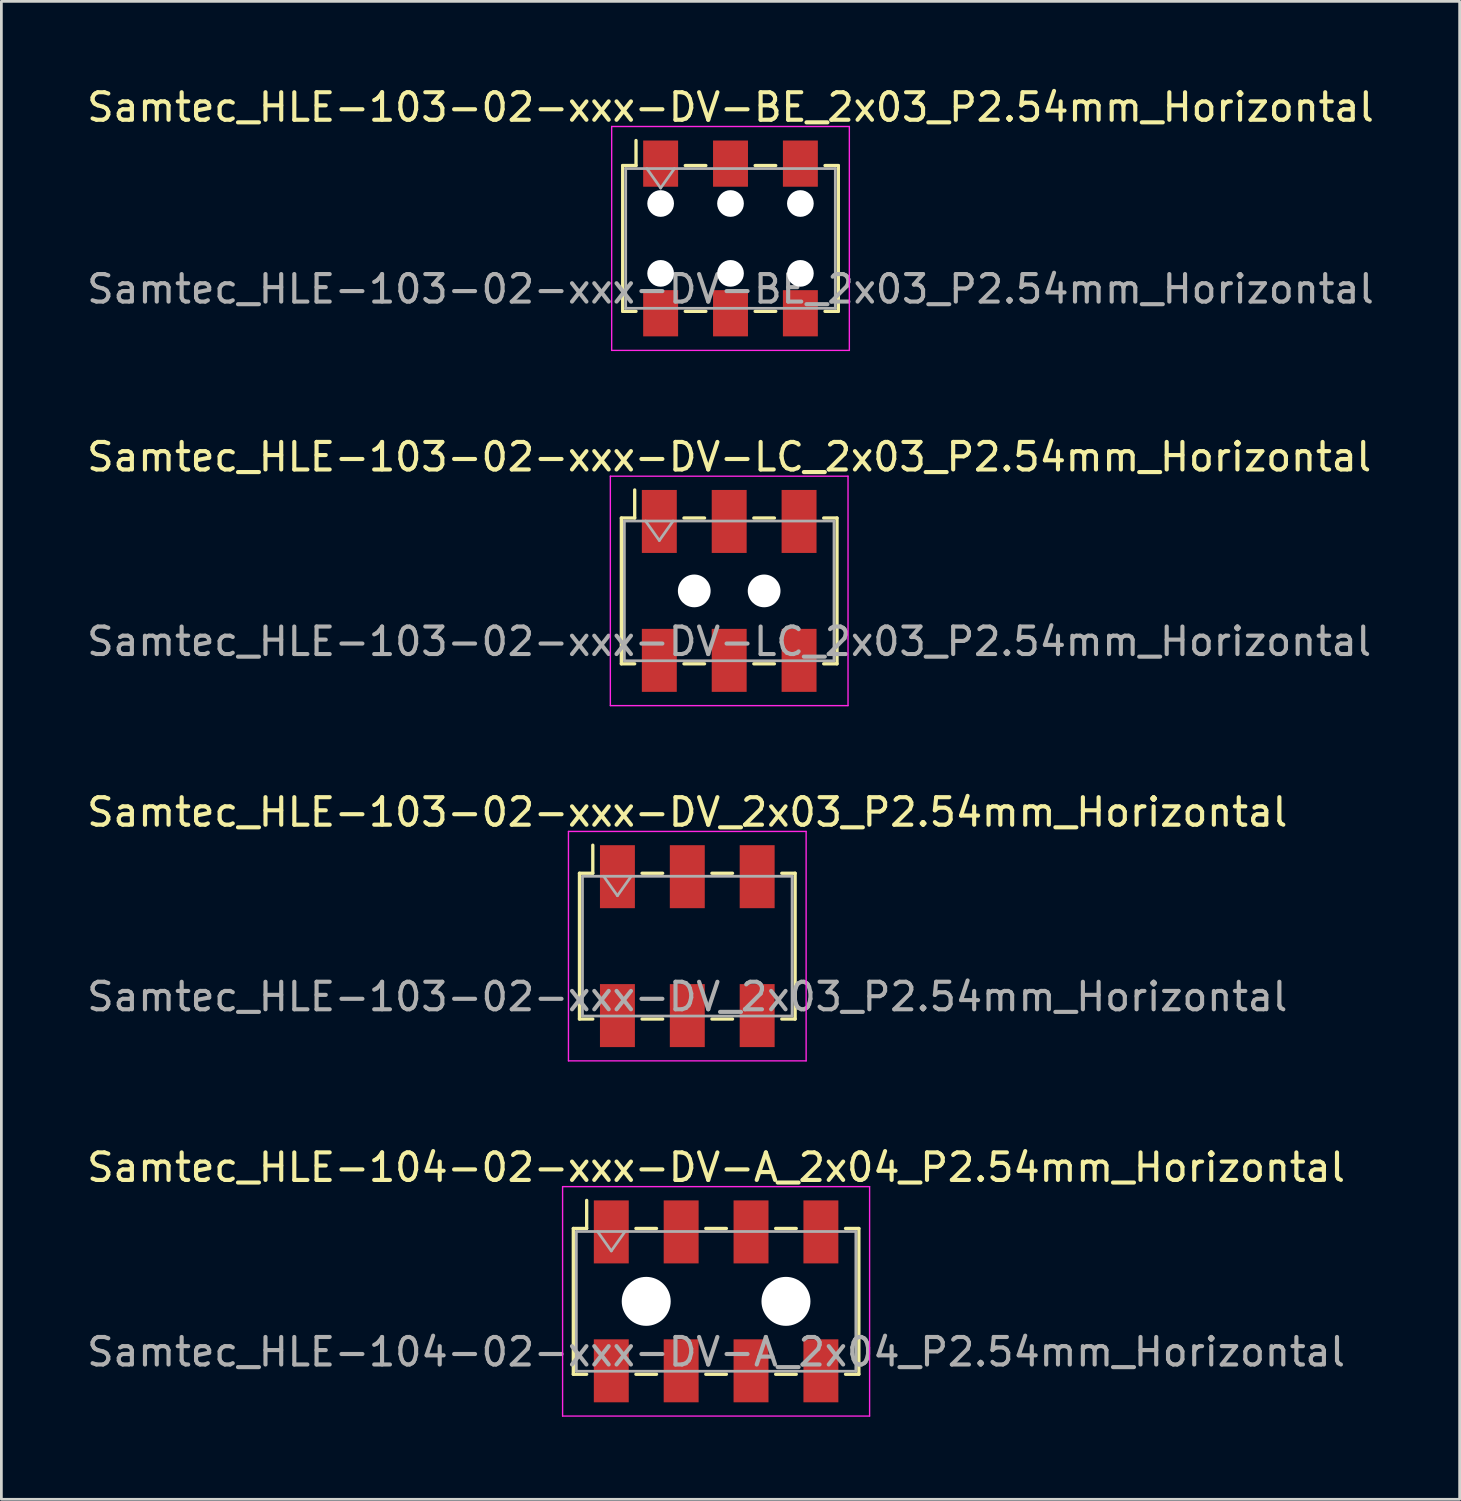
<source format=kicad_pcb>
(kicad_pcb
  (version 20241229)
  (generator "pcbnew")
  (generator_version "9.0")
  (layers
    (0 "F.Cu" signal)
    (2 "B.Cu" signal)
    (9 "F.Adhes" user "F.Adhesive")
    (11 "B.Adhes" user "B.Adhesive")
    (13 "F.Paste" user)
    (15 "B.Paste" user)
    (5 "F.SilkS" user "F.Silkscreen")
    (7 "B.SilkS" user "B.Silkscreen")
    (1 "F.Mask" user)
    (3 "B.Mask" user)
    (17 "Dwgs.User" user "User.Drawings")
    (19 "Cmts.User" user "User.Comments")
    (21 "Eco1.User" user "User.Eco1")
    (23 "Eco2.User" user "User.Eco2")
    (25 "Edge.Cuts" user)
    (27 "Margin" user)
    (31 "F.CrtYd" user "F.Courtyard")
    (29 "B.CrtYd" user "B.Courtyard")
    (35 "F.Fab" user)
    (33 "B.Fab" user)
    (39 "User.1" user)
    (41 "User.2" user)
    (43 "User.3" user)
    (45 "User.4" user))
  (footprint "Samtec_HLE-103-02-xxx-DV-LC_2x03_P2.54mm_Horizontal"
    (layer "F.Cu")
    (at 23.458 18.431)
    (property "Reference" "Samtec_HLE-103-02-xxx-DV-LC_2x03_P2.54mm_Horizontal" (at 0 -4.87 0) (layer "F.SilkS") (effects (font (size 1 1) (thickness 0.15))))
    (attr smd)
    (fp_line (start -3.92 -2.65) (end -3.92 2.65) (stroke (width 0.12) (type solid)) (layer "F.SilkS"))
    (fp_line (start -3.92 2.65) (end -3.435 2.65) (stroke (width 0.12) (type solid)) (layer "F.SilkS"))
    (fp_line (start -3.435 -3.67) (end -3.435 -2.65) (stroke (width 0.12) (type solid)) (layer "F.SilkS"))
    (fp_line (start -3.435 -2.65) (end -3.92 -2.65) (stroke (width 0.12) (type solid)) (layer "F.SilkS"))
    (fp_line (start -1.645 -2.65) (end -0.895 -2.65) (stroke (width 0.12) (type solid)) (layer "F.SilkS"))
    (fp_line (start -1.645 2.65) (end -0.895 2.65) (stroke (width 0.12) (type solid)) (layer "F.SilkS"))
    (fp_line (start 0.895 -2.65) (end 1.645 -2.65) (stroke (width 0.12) (type solid)) (layer "F.SilkS"))
    (fp_line (start 0.895 2.65) (end 1.645 2.65) (stroke (width 0.12) (type solid)) (layer "F.SilkS"))
    (fp_line (start 3.435 -2.65) (end 3.92 -2.65) (stroke (width 0.12) (type solid)) (layer "F.SilkS"))
    (fp_line (start 3.92 -2.65) (end 3.92 2.65) (stroke (width 0.12) (type solid)) (layer "F.SilkS"))
    (fp_line (start 3.92 2.65) (end 3.435 2.65) (stroke (width 0.12) (type solid)) (layer "F.SilkS"))
    (fp_line (start -4.32 -4.17) (end 4.32 -4.17) (stroke (width 0.05) (type solid)) (layer "F.CrtYd"))
    (fp_line (start -4.32 4.17) (end -4.32 -4.17) (stroke (width 0.05) (type solid)) (layer "F.CrtYd"))
    (fp_line (start 4.32 -4.17) (end 4.32 4.17) (stroke (width 0.05) (type solid)) (layer "F.CrtYd"))
    (fp_line (start 4.32 4.17) (end -4.32 4.17) (stroke (width 0.05) (type solid)) (layer "F.CrtYd"))
    (fp_line (start -3.81 -2.54) (end 3.81 -2.54) (stroke (width 0.1) (type solid)) (layer "F.Fab"))
    (fp_line (start -3.81 2.54) (end -3.81 -2.54) (stroke (width 0.1) (type solid)) (layer "F.Fab"))
    (fp_line (start -3.04 -2.54) (end -2.54 -1.833) (stroke (width 0.1) (type solid)) (layer "F.Fab"))
    (fp_line (start -2.54 -1.833) (end -2.04 -2.54) (stroke (width 0.1) (type solid)) (layer "F.Fab"))
    (fp_line (start 3.81 -2.54) (end 3.81 2.54) (stroke (width 0.1) (type solid)) (layer "F.Fab"))
    (fp_line (start 3.81 2.54) (end -3.81 2.54) (stroke (width 0.1) (type solid)) (layer "F.Fab"))
    (fp_text user "${REFERENCE}" (at 0 1.84 0) (layer "F.Fab") (effects (font (size 1 1) (thickness 0.15))))
    (pad "" np_thru_hole circle (at -1.27 0) (size 1.19 1.19) (drill 1.19) (layers "*.Cu" "*.Mask"))
    (pad "" np_thru_hole circle (at 1.27 0) (size 1.19 1.19) (drill 1.19) (layers "*.Cu" "*.Mask"))
    (pad "1" smd rect (at -2.54 -2.525) (size 1.27 2.29) (layers "F.Cu" "F.Mask" "F.Paste"))
    (pad "2" smd rect (at -2.54 2.525) (size 1.27 2.29) (layers "F.Cu" "F.Mask" "F.Paste"))
    (pad "3" smd rect (at 0 -2.525) (size 1.27 2.29) (layers "F.Cu" "F.Mask" "F.Paste"))
    (pad "4" smd rect (at 0 2.525) (size 1.27 2.29) (layers "F.Cu" "F.Mask" "F.Paste"))
    (pad "5" smd rect (at 2.54 -2.525) (size 1.27 2.29) (layers "F.Cu" "F.Mask" "F.Paste"))
    (pad "6" smd rect (at 2.54 2.525) (size 1.27 2.29) (layers "F.Cu" "F.Mask" "F.Paste")))
  (footprint "Samtec_HLE-104-02-xxx-DV-A_2x04_P2.54mm_Horizontal"
    (layer "F.Cu")
    (at 22.982 44.258)
    (property "Reference" "Samtec_HLE-104-02-xxx-DV-A_2x04_P2.54mm_Horizontal" (at 0 -4.87 0) (layer "F.SilkS") (effects (font (size 1 1) (thickness 0.15))))
    (attr smd)
    (fp_line (start -5.19 -2.65) (end -5.19 2.65) (stroke (width 0.12) (type solid)) (layer "F.SilkS"))
    (fp_line (start -5.19 2.65) (end -4.705 2.65) (stroke (width 0.12) (type solid)) (layer "F.SilkS"))
    (fp_line (start -4.705 -3.67) (end -4.705 -2.65) (stroke (width 0.12) (type solid)) (layer "F.SilkS"))
    (fp_line (start -4.705 -2.65) (end -5.19 -2.65) (stroke (width 0.12) (type solid)) (layer "F.SilkS"))
    (fp_line (start -2.915 -2.65) (end -2.165 -2.65) (stroke (width 0.12) (type solid)) (layer "F.SilkS"))
    (fp_line (start -2.915 2.65) (end -2.165 2.65) (stroke (width 0.12) (type solid)) (layer "F.SilkS"))
    (fp_line (start -0.375 -2.65) (end 0.375 -2.65) (stroke (width 0.12) (type solid)) (layer "F.SilkS"))
    (fp_line (start -0.375 2.65) (end 0.375 2.65) (stroke (width 0.12) (type solid)) (layer "F.SilkS"))
    (fp_line (start 2.165 -2.65) (end 2.915 -2.65) (stroke (width 0.12) (type solid)) (layer "F.SilkS"))
    (fp_line (start 2.165 2.65) (end 2.915 2.65) (stroke (width 0.12) (type solid)) (layer "F.SilkS"))
    (fp_line (start 4.705 -2.65) (end 5.19 -2.65) (stroke (width 0.12) (type solid)) (layer "F.SilkS"))
    (fp_line (start 5.19 -2.65) (end 5.19 2.65) (stroke (width 0.12) (type solid)) (layer "F.SilkS"))
    (fp_line (start 5.19 2.65) (end 4.705 2.65) (stroke (width 0.12) (type solid)) (layer "F.SilkS"))
    (fp_line (start -5.58 -4.17) (end 5.58 -4.17) (stroke (width 0.05) (type solid)) (layer "F.CrtYd"))
    (fp_line (start -5.58 4.17) (end -5.58 -4.17) (stroke (width 0.05) (type solid)) (layer "F.CrtYd"))
    (fp_line (start 5.58 -4.17) (end 5.58 4.17) (stroke (width 0.05) (type solid)) (layer "F.CrtYd"))
    (fp_line (start 5.58 4.17) (end -5.58 4.17) (stroke (width 0.05) (type solid)) (layer "F.CrtYd"))
    (fp_line (start -5.08 -2.54) (end 5.08 -2.54) (stroke (width 0.1) (type solid)) (layer "F.Fab"))
    (fp_line (start -5.08 2.54) (end -5.08 -2.54) (stroke (width 0.1) (type solid)) (layer "F.Fab"))
    (fp_line (start -4.31 -2.54) (end -3.81 -1.833) (stroke (width 0.1) (type solid)) (layer "F.Fab"))
    (fp_line (start -3.81 -1.833) (end -3.31 -2.54) (stroke (width 0.1) (type solid)) (layer "F.Fab"))
    (fp_line (start 5.08 -2.54) (end 5.08 2.54) (stroke (width 0.1) (type solid)) (layer "F.Fab"))
    (fp_line (start 5.08 2.54) (end -5.08 2.54) (stroke (width 0.1) (type solid)) (layer "F.Fab"))
    (fp_text user "${REFERENCE}" (at 0 1.84 0) (layer "F.Fab") (effects (font (size 1 1) (thickness 0.15))))
    (pad "" np_thru_hole circle (at -2.54 0) (size 1.78 1.78) (drill 1.78) (layers "*.Cu" "*.Mask"))
    (pad "" np_thru_hole circle (at 2.54 0) (size 1.78 1.78) (drill 1.78) (layers "*.Cu" "*.Mask"))
    (pad "1" smd rect (at -3.81 -2.525) (size 1.27 2.29) (layers "F.Cu" "F.Mask" "F.Paste"))
    (pad "2" smd rect (at -3.81 2.525) (size 1.27 2.29) (layers "F.Cu" "F.Mask" "F.Paste"))
    (pad "3" smd rect (at -1.27 -2.525) (size 1.27 2.29) (layers "F.Cu" "F.Mask" "F.Paste"))
    (pad "4" smd rect (at -1.27 2.525) (size 1.27 2.29) (layers "F.Cu" "F.Mask" "F.Paste"))
    (pad "5" smd rect (at 1.27 -2.525) (size 1.27 2.29) (layers "F.Cu" "F.Mask" "F.Paste"))
    (pad "6" smd rect (at 1.27 2.525) (size 1.27 2.29) (layers "F.Cu" "F.Mask" "F.Paste"))
    (pad "7" smd rect (at 3.81 -2.525) (size 1.27 2.29) (layers "F.Cu" "F.Mask" "F.Paste"))
    (pad "8" smd rect (at 3.81 2.525) (size 1.27 2.29) (layers "F.Cu" "F.Mask" "F.Paste")))
  (footprint "Samtec_HLE-103-02-xxx-DV-BE_2x03_P2.54mm_Horizontal"
    (layer "F.Cu")
    (at 23.506 5.618)
    (property "Reference" "Samtec_HLE-103-02-xxx-DV-BE_2x03_P2.54mm_Horizontal" (at 0 -4.77 0) (layer "F.SilkS") (effects (font (size 1 1) (thickness 0.15))))
    (attr smd)
    (fp_line (start -3.92 -2.65) (end -3.92 2.65) (stroke (width 0.12) (type solid)) (layer "F.SilkS"))
    (fp_line (start -3.92 2.65) (end -3.435 2.65) (stroke (width 0.12) (type solid)) (layer "F.SilkS"))
    (fp_line (start -3.435 -3.56) (end -3.435 -2.65) (stroke (width 0.12) (type solid)) (layer "F.SilkS"))
    (fp_line (start -3.435 -2.65) (end -3.92 -2.65) (stroke (width 0.12) (type solid)) (layer "F.SilkS"))
    (fp_line (start -1.645 -2.65) (end -0.895 -2.65) (stroke (width 0.12) (type solid)) (layer "F.SilkS"))
    (fp_line (start -1.645 2.65) (end -0.895 2.65) (stroke (width 0.12) (type solid)) (layer "F.SilkS"))
    (fp_line (start 0.895 -2.65) (end 1.645 -2.65) (stroke (width 0.12) (type solid)) (layer "F.SilkS"))
    (fp_line (start 0.895 2.65) (end 1.645 2.65) (stroke (width 0.12) (type solid)) (layer "F.SilkS"))
    (fp_line (start 3.435 -2.65) (end 3.92 -2.65) (stroke (width 0.12) (type solid)) (layer "F.SilkS"))
    (fp_line (start 3.92 -2.65) (end 3.92 2.65) (stroke (width 0.12) (type solid)) (layer "F.SilkS"))
    (fp_line (start 3.92 2.65) (end 3.435 2.65) (stroke (width 0.12) (type solid)) (layer "F.SilkS"))
    (fp_line (start -4.32 -4.07) (end 4.32 -4.07) (stroke (width 0.05) (type solid)) (layer "F.CrtYd"))
    (fp_line (start -4.32 4.07) (end -4.32 -4.07) (stroke (width 0.05) (type solid)) (layer "F.CrtYd"))
    (fp_line (start 4.32 -4.07) (end 4.32 4.07) (stroke (width 0.05) (type solid)) (layer "F.CrtYd"))
    (fp_line (start 4.32 4.07) (end -4.32 4.07) (stroke (width 0.05) (type solid)) (layer "F.CrtYd"))
    (fp_line (start -3.81 -2.54) (end 3.81 -2.54) (stroke (width 0.1) (type solid)) (layer "F.Fab"))
    (fp_line (start -3.81 2.54) (end -3.81 -2.54) (stroke (width 0.1) (type solid)) (layer "F.Fab"))
    (fp_line (start -3.04 -2.54) (end -2.54 -1.833) (stroke (width 0.1) (type solid)) (layer "F.Fab"))
    (fp_line (start -2.54 -1.833) (end -2.04 -2.54) (stroke (width 0.1) (type solid)) (layer "F.Fab"))
    (fp_line (start 3.81 -2.54) (end 3.81 2.54) (stroke (width 0.1) (type solid)) (layer "F.Fab"))
    (fp_line (start 3.81 2.54) (end -3.81 2.54) (stroke (width 0.1) (type solid)) (layer "F.Fab"))
    (fp_text user "${REFERENCE}" (at 0 1.84 0) (layer "F.Fab") (effects (font (size 1 1) (thickness 0.15))))
    (pad "" np_thru_hole circle (at -2.54 -1.27) (size 0.97 0.97) (drill 0.97) (layers "*.Cu" "*.Mask"))
    (pad "" np_thru_hole circle (at -2.54 1.27) (size 0.97 0.97) (drill 0.97) (layers "*.Cu" "*.Mask"))
    (pad "" np_thru_hole circle (at 0 -1.27) (size 0.97 0.97) (drill 0.97) (layers "*.Cu" "*.Mask"))
    (pad "" np_thru_hole circle (at 0 1.27) (size 0.97 0.97) (drill 0.97) (layers "*.Cu" "*.Mask"))
    (pad "" np_thru_hole circle (at 2.54 -1.27) (size 0.97 0.97) (drill 0.97) (layers "*.Cu" "*.Mask"))
    (pad "" np_thru_hole circle (at 2.54 1.27) (size 0.97 0.97) (drill 0.97) (layers "*.Cu" "*.Mask"))
    (pad "1" smd rect (at -2.54 -2.72) (size 1.27 1.68) (layers "F.Cu" "F.Mask" "F.Paste"))
    (pad "2" smd rect (at -2.54 2.72) (size 1.27 1.68) (layers "F.Cu" "F.Mask" "F.Paste"))
    (pad "3" smd rect (at 0 -2.72) (size 1.27 1.68) (layers "F.Cu" "F.Mask" "F.Paste"))
    (pad "4" smd rect (at 0 2.72) (size 1.27 1.68) (layers "F.Cu" "F.Mask" "F.Paste"))
    (pad "5" smd rect (at 2.54 -2.72) (size 1.27 1.68) (layers "F.Cu" "F.Mask" "F.Paste"))
    (pad "6" smd rect (at 2.54 2.72) (size 1.27 1.68) (layers "F.Cu" "F.Mask" "F.Paste")))
  (footprint "Samtec_HLE-103-02-xxx-DV_2x03_P2.54mm_Horizontal"
    (layer "F.Cu")
    (at 21.935 31.345)
    (property "Reference" "Samtec_HLE-103-02-xxx-DV_2x03_P2.54mm_Horizontal" (at 0 -4.87 0) (layer "F.SilkS") (effects (font (size 1 1) (thickness 0.15))))
    (attr smd)
    (fp_line (start -3.92 -2.65) (end -3.92 2.65) (stroke (width 0.12) (type solid)) (layer "F.SilkS"))
    (fp_line (start -3.92 2.65) (end -3.435 2.65) (stroke (width 0.12) (type solid)) (layer "F.SilkS"))
    (fp_line (start -3.435 -3.67) (end -3.435 -2.65) (stroke (width 0.12) (type solid)) (layer "F.SilkS"))
    (fp_line (start -3.435 -2.65) (end -3.92 -2.65) (stroke (width 0.12) (type solid)) (layer "F.SilkS"))
    (fp_line (start -1.645 -2.65) (end -0.895 -2.65) (stroke (width 0.12) (type solid)) (layer "F.SilkS"))
    (fp_line (start -1.645 2.65) (end -0.895 2.65) (stroke (width 0.12) (type solid)) (layer "F.SilkS"))
    (fp_line (start 0.895 -2.65) (end 1.645 -2.65) (stroke (width 0.12) (type solid)) (layer "F.SilkS"))
    (fp_line (start 0.895 2.65) (end 1.645 2.65) (stroke (width 0.12) (type solid)) (layer "F.SilkS"))
    (fp_line (start 3.435 -2.65) (end 3.92 -2.65) (stroke (width 0.12) (type solid)) (layer "F.SilkS"))
    (fp_line (start 3.92 -2.65) (end 3.92 2.65) (stroke (width 0.12) (type solid)) (layer "F.SilkS"))
    (fp_line (start 3.92 2.65) (end 3.435 2.65) (stroke (width 0.12) (type solid)) (layer "F.SilkS"))
    (fp_line (start -4.32 -4.17) (end 4.32 -4.17) (stroke (width 0.05) (type solid)) (layer "F.CrtYd"))
    (fp_line (start -4.32 4.17) (end -4.32 -4.17) (stroke (width 0.05) (type solid)) (layer "F.CrtYd"))
    (fp_line (start 4.32 -4.17) (end 4.32 4.17) (stroke (width 0.05) (type solid)) (layer "F.CrtYd"))
    (fp_line (start 4.32 4.17) (end -4.32 4.17) (stroke (width 0.05) (type solid)) (layer "F.CrtYd"))
    (fp_line (start -3.81 -2.54) (end 3.81 -2.54) (stroke (width 0.1) (type solid)) (layer "F.Fab"))
    (fp_line (start -3.81 2.54) (end -3.81 -2.54) (stroke (width 0.1) (type solid)) (layer "F.Fab"))
    (fp_line (start -3.04 -2.54) (end -2.54 -1.833) (stroke (width 0.1) (type solid)) (layer "F.Fab"))
    (fp_line (start -2.54 -1.833) (end -2.04 -2.54) (stroke (width 0.1) (type solid)) (layer "F.Fab"))
    (fp_line (start 3.81 -2.54) (end 3.81 2.54) (stroke (width 0.1) (type solid)) (layer "F.Fab"))
    (fp_line (start 3.81 2.54) (end -3.81 2.54) (stroke (width 0.1) (type solid)) (layer "F.Fab"))
    (fp_text user "${REFERENCE}" (at 0 1.84 0) (layer "F.Fab") (effects (font (size 1 1) (thickness 0.15))))
    (pad "1" smd rect (at -2.54 -2.525) (size 1.27 2.29) (layers "F.Cu" "F.Mask" "F.Paste"))
    (pad "2" smd rect (at -2.54 2.525) (size 1.27 2.29) (layers "F.Cu" "F.Mask" "F.Paste"))
    (pad "3" smd rect (at 0 -2.525) (size 1.27 2.29) (layers "F.Cu" "F.Mask" "F.Paste"))
    (pad "4" smd rect (at 0 2.525) (size 1.27 2.29) (layers "F.Cu" "F.Mask" "F.Paste"))
    (pad "5" smd rect (at 2.54 -2.525) (size 1.27 2.29) (layers "F.Cu" "F.Mask" "F.Paste"))
    (pad "6" smd rect (at 2.54 2.525) (size 1.27 2.29) (layers "F.Cu" "F.Mask" "F.Paste")))
  (gr_rect
    (start -3 -3)
    (end 50.012 51.453)
    (stroke (width 0.1) (type default))
    (fill no)
    (layer "Edge.Cuts")))
</source>
